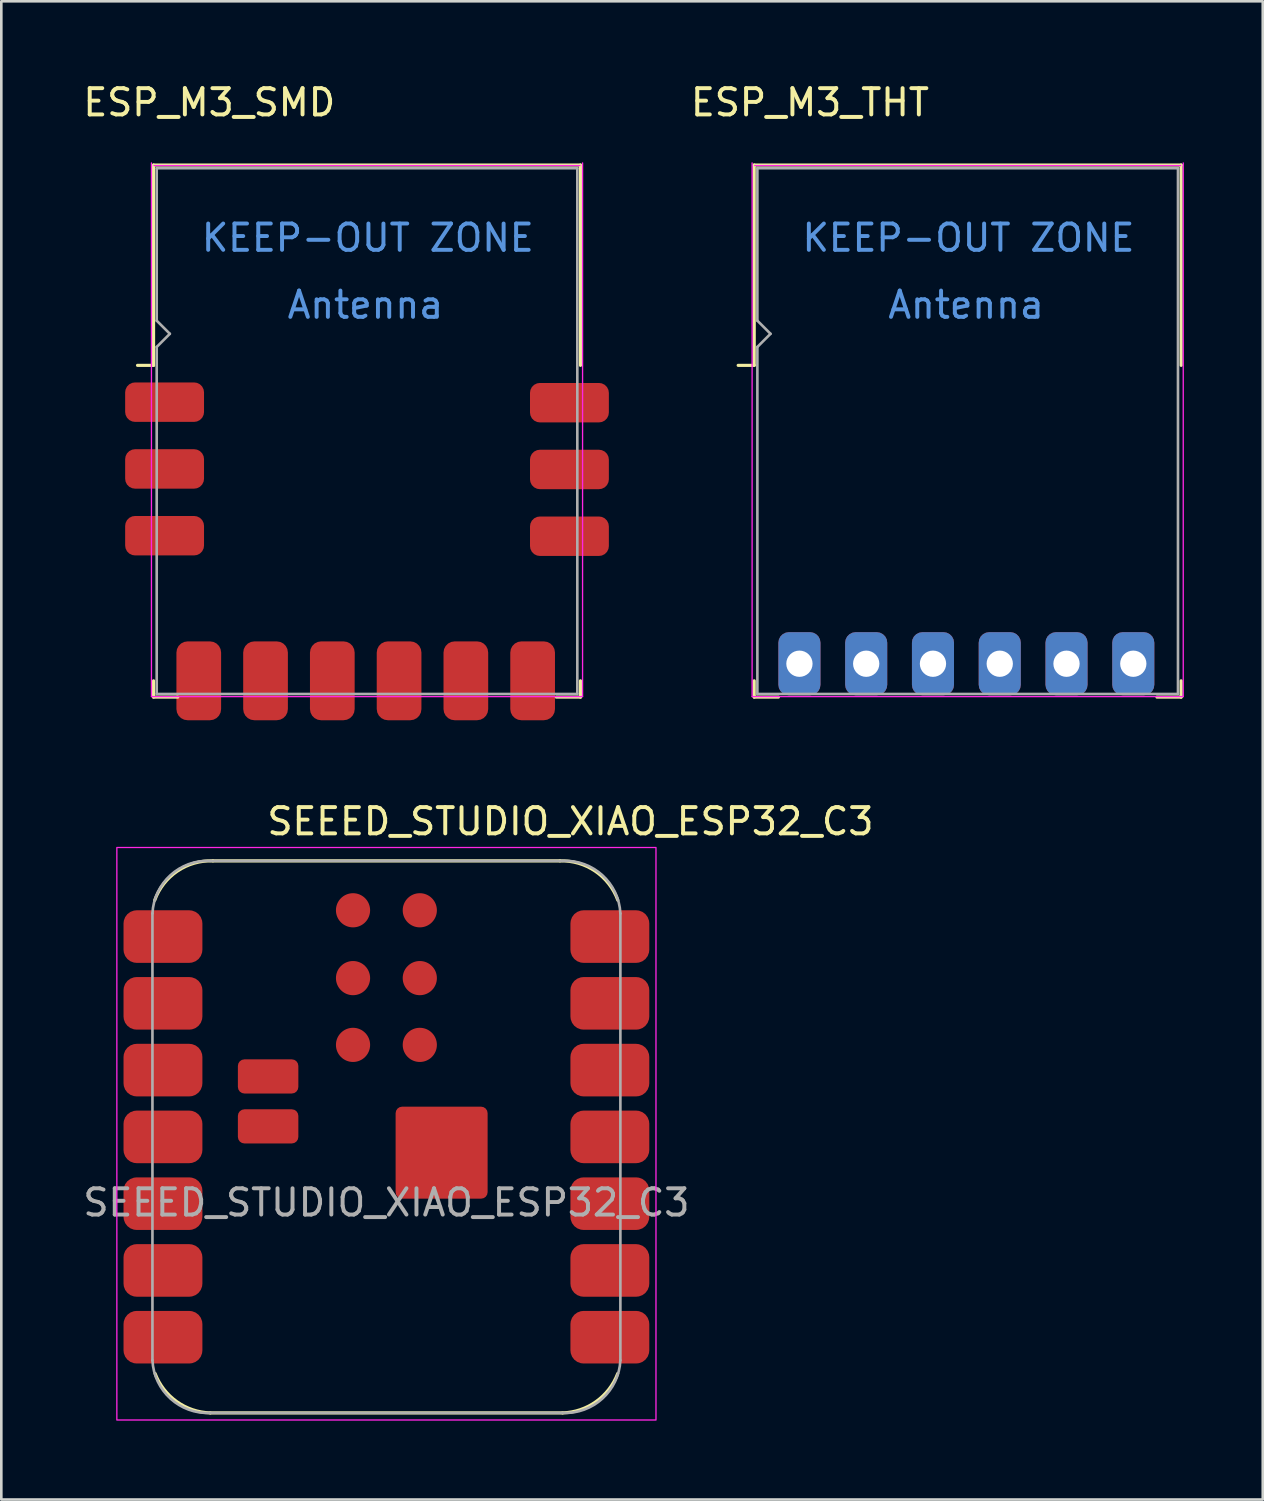
<source format=kicad_pcb>
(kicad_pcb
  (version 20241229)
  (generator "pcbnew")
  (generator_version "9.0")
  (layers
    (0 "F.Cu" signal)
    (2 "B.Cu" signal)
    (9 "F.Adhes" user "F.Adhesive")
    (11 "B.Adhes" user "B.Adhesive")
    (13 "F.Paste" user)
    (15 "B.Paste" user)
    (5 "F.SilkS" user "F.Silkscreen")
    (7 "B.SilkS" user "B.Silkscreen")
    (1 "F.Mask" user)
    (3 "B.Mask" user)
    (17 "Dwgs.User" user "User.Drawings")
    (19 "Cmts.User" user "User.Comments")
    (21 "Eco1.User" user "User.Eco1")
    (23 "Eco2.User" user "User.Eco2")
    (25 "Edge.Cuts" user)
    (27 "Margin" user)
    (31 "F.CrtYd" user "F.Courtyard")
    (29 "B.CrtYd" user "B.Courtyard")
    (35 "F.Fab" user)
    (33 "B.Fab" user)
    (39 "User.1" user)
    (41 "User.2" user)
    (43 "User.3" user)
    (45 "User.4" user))
  (footprint "SEEED_STUDIO_XIAO_ESP32_C3"
    (layer "F.Cu")
    (at 11.649 40.197)
    (property "Reference" "SEEED_STUDIO_XIAO_ESP32_C3" (at 7 -12 0) (unlocked yes) (layer "F.SilkS") (effects (font (size 1 1) (thickness 0.15))))
    (attr smd)
    (fp_line (start -6.7 10.5) (end 6.7 10.5) (stroke (width 0.12) (type default)) (layer "F.SilkS"))
    (fp_line (start -6.6 -10.5) (end 6.6 -10.5) (stroke (width 0.12) (type default)) (layer "F.SilkS"))
    (fp_arc (start -8.812892 -9.00468) (mid -7.949609 -10.111769) (end -6.600468 -10.499999) (stroke (width 0.12) (type default)) (layer "F.SilkS"))
    (fp_arc (start -6.7 10.5) (mid -7.977232 10.068125) (end -8.8 9) (stroke (width 0.12) (type default)) (layer "F.SilkS"))
    (fp_arc (start 6.6 -10.499999) (mid 7.944325 -10.107116) (end 8.804034 -9.001464) (stroke (width 0.12) (type default)) (layer "F.SilkS"))
    (fp_arc (start 8.8 9) (mid 7.977232 10.068125) (end 6.7 10.5) (stroke (width 0.12) (type default)) (layer "F.SilkS"))
    (fp_rect (start -10.254 -11.008) (end 10.254 10.77) (stroke (width 0.05) (type solid)) (fill no) (layer "F.CrtYd"))
    (fp_line (start -8.9 8.5) (end -8.9 -8.5) (stroke (width 0.1) (type default)) (layer "F.Fab"))
    (fp_line (start 6.7 10.5) (end -6.7 10.5) (stroke (width 0.1) (type default)) (layer "F.Fab"))
    (fp_line (start 6.7 -10.5) (end -6.7 -10.5) (stroke (width 0.1) (type default)) (layer "F.Fab"))
    (fp_line (start 8.9 -8.5) (end 8.9 8.5) (stroke (width 0.1) (type default)) (layer "F.Fab"))
    (fp_arc (start -8.9 -8.5) (mid -8.214214 -9.955635) (end -6.7 -10.5) (stroke (width 0.1) (type default)) (layer "F.Fab"))
    (fp_arc (start -6.7 10.5) (mid -8.214214 9.955635) (end -8.9 8.5) (stroke (width 0.1) (type default)) (layer "F.Fab"))
    (fp_arc (start 6.7 -10.499999) (mid 8.214695 -9.954472) (end 8.9 -8.497676) (stroke (width 0.1) (type default)) (layer "F.Fab"))
    (fp_arc (start 8.9 8.5) (mid 8.214214 9.955635) (end 6.7 10.5) (stroke (width 0.1) (type default)) (layer "F.Fab"))
    (fp_text user "${REFERENCE}" (at 0 2.5 0) (unlocked yes) (layer "F.Fab") (effects (font (size 1 1) (thickness 0.15))))
    (pad "" smd roundrect (at 1.1 -0.4) (size 1.5 1.5) (property pad_prop_heatsink) (layers "F.Paste") (roundrect_rratio 0.167))
    (pad "" smd roundrect (at 1.1 1.6) (size 1.5 1.5) (property pad_prop_heatsink) (layers "F.Paste") (roundrect_rratio 0.167))
    (pad "" smd roundrect (at 3.1 -0.4) (size 1.5 1.5) (property pad_prop_heatsink) (layers "F.Paste") (roundrect_rratio 0.167))
    (pad "" smd roundrect (at 3.1 1.6) (size 1.5 1.5) (property pad_prop_heatsink) (layers "F.Paste") (roundrect_rratio 0.167))
    (pad "1" smd roundrect (at -8.5 -7.62) (size 3 2) (layers "F.Cu" "F.Mask" "F.Paste") (roundrect_rratio 0.25))
    (pad "2" smd roundrect (at -8.5 -5.08) (size 3 2) (layers "F.Cu" "F.Mask" "F.Paste") (roundrect_rratio 0.25))
    (pad "3" smd roundrect (at -8.5 -2.54) (size 3 2) (layers "F.Cu" "F.Mask" "F.Paste") (roundrect_rratio 0.25))
    (pad "4" smd roundrect (at -8.5 0) (size 3 2) (layers "F.Cu" "F.Mask" "F.Paste") (roundrect_rratio 0.25))
    (pad "5" smd roundrect (at -8.5 2.54) (size 3 2) (layers "F.Cu" "F.Mask" "F.Paste") (roundrect_rratio 0.25))
    (pad "6" smd roundrect (at -8.5 5.08) (size 3 2) (layers "F.Cu" "F.Mask" "F.Paste") (roundrect_rratio 0.25))
    (pad "7" smd roundrect (at -8.5 7.62) (size 3 2) (layers "F.Cu" "F.Mask" "F.Paste") (roundrect_rratio 0.25))
    (pad "8" smd roundrect (at 8.5 7.62) (size 3 2) (layers "F.Cu" "F.Mask" "F.Paste") (roundrect_rratio 0.25))
    (pad "9" smd roundrect (at 8.5 5.08) (size 3 2) (layers "F.Cu" "F.Mask" "F.Paste") (roundrect_rratio 0.25))
    (pad "10" smd roundrect (at 8.5 2.54) (size 3 2) (layers "F.Cu" "F.Mask" "F.Paste") (roundrect_rratio 0.25))
    (pad "11" smd roundrect (at 8.5 0) (size 3 2) (layers "F.Cu" "F.Mask" "F.Paste") (roundrect_rratio 0.25))
    (pad "12" smd roundrect (at 8.5 -2.54) (size 3 2) (layers "F.Cu" "F.Mask" "F.Paste") (roundrect_rratio 0.25))
    (pad "13" smd roundrect (at 8.5 -5.08) (size 3 2) (layers "F.Cu" "F.Mask" "F.Paste") (roundrect_rratio 0.25))
    (pad "14" smd roundrect (at 8.5 -7.62) (size 3 2) (layers "F.Cu" "F.Mask" "F.Paste") (roundrect_rratio 0.25))
    (pad "15" smd roundrect (at 2.1 0.6) (size 3.5 3.5) (property pad_prop_heatsink) (layers "F.Cu" "F.Mask") (roundrect_rratio 0.071))
    (pad "16" smd roundrect (at -4.5 -0.4) (size 2.3 1.3) (layers "F.Cu" "F.Mask" "F.Paste") (roundrect_rratio 0.192))
    (pad "17" smd roundrect (at -4.5 -2.3) (size 2.3 1.3) (layers "F.Cu" "F.Mask" "F.Paste") (roundrect_rratio 0.192))
    (pad "18" smd circle (at -1.27 -8.62) (size 1.3 1.3) (layers "F.Cu" "F.Mask" "F.Paste"))
    (pad "19" smd circle (at -1.27 -6.04) (size 1.3 1.3) (layers "F.Cu" "F.Mask" "F.Paste"))
    (pad "20" smd circle (at -1.27 -3.5) (size 1.3 1.3) (layers "F.Cu" "F.Mask" "F.Paste"))
    (pad "21" smd circle (at 1.27 -3.5) (size 1.3 1.3) (layers "F.Cu" "F.Mask" "F.Paste"))
    (pad "22" smd circle (at 1.27 -6.04) (size 1.3 1.3) (layers "F.Cu" "F.Mask" "F.Paste"))
    (pad "23" smd circle (at 1.27 -8.62) (size 1.3 1.3) (layers "F.Cu" "F.Mask" "F.Paste")))
  (footprint "ESP_M3_SMD"
    (layer "F.Cu")
    (at 10.911 23.348)
    (property "Reference" "ESP_M3_SMD" (at -6 -22.5 0) (layer "F.SilkS") (effects (font (size 1 1) (thickness 0.15))))
    (attr smd)
    (fp_line (start -8.12 -20.12) (end 8.12 -20.12) (stroke (width 0.12) (type solid)) (layer "F.SilkS"))
    (fp_line (start -8.12 -12.5) (end -8.73 -12.5) (stroke (width 0.12) (type solid)) (layer "F.SilkS"))
    (fp_line (start -8.12 -12.5) (end -8.12 -20.12) (stroke (width 0.12) (type solid)) (layer "F.SilkS"))
    (fp_line (start -8.12 0.12) (end -8.12 -0.5) (stroke (width 0.12) (type solid)) (layer "F.SilkS"))
    (fp_line (start -7.2 0.12) (end -8.12 0.12) (stroke (width 0.12) (type solid)) (layer "F.SilkS"))
    (fp_line (start 8.12 -20.12) (end 8.12 -12.5) (stroke (width 0.12) (type solid)) (layer "F.SilkS"))
    (fp_line (start 8.12 -0.5) (end 8.12 0.12) (stroke (width 0.12) (type solid)) (layer "F.SilkS"))
    (fp_line (start 8.12 0.12) (end 7.2 0.12) (stroke (width 0.12) (type solid)) (layer "F.SilkS"))
    (fp_line (start -8.2 -20.2) (end 8.2 -20.2) (stroke (width 0.05) (type default)) (layer "Margin"))
    (fp_line (start -8.2 0.1) (end -8.2 -20.2) (stroke (width 0.05) (type solid)) (layer "F.CrtYd"))
    (fp_line (start -8.1 -20.1) (end 8.1 -20.1) (stroke (width 0.05) (type solid)) (layer "F.CrtYd"))
    (fp_line (start 8.2 -20.2) (end 8.2 0.1) (stroke (width 0.05) (type solid)) (layer "F.CrtYd"))
    (fp_line (start 8.2 0.1) (end -8.2 0.1) (stroke (width 0.05) (type solid)) (layer "F.CrtYd"))
    (fp_line (start -8 -20) (end 8 -20) (stroke (width 0.1) (type solid)) (layer "F.Fab"))
    (fp_line (start -8 -14.2) (end -8 -20) (stroke (width 0.1) (type solid)) (layer "F.Fab"))
    (fp_line (start -8 -13.2) (end -7.5 -13.7) (stroke (width 0.1) (type solid)) (layer "F.Fab"))
    (fp_line (start -8 0) (end -8 -13.2) (stroke (width 0.1) (type solid)) (layer "F.Fab"))
    (fp_line (start -7.5 -13.7) (end -8 -14.2) (stroke (width 0.1) (type solid)) (layer "F.Fab"))
    (fp_line (start 8 -20) (end 8 0) (stroke (width 0.1) (type solid)) (layer "F.Fab"))
    (fp_line (start 8 0) (end -8 0) (stroke (width 0.1) (type solid)) (layer "F.Fab"))
    (fp_text user "Antenna" (at -0.06 -14.8 180) (layer "Cmts.User") (effects (font (size 1 1) (thickness 0.15))))
    (fp_text user "KEEP-OUT ZONE" (at 0.03 -17.35 180) (layer "Cmts.User") (effects (font (size 1 1) (thickness 0.15))))
    (pad "1" smd roundrect (at -7.7 -11.1) (size 3 1.5) (layers "F.Cu" "F.Mask" "F.Paste") (roundrect_rratio 0.25))
    (pad "2" smd roundrect (at -7.7 -8.56) (size 3 1.5) (layers "F.Cu" "F.Mask" "F.Paste") (roundrect_rratio 0.25))
    (pad "3" smd roundrect (at -7.7 -6.02) (size 3 1.5) (layers "F.Cu" "F.Mask" "F.Paste") (roundrect_rratio 0.25))
    (pad "4" smd roundrect (at -6.4 -0.5 90) (size 3 1.7) (layers "F.Cu" "F.Mask" "F.Paste") (roundrect_rratio 0.25))
    (pad "5" smd roundrect (at -3.86 -0.5 90) (size 3 1.7) (layers "F.Cu" "F.Mask" "F.Paste") (roundrect_rratio 0.25))
    (pad "6" smd roundrect (at -1.32 -0.5) (size 1.7 3) (layers "F.Cu" "F.Mask" "F.Paste") (roundrect_rratio 0.25))
    (pad "7" smd roundrect (at 1.22 -0.5) (size 1.7 3) (layers "F.Cu" "F.Mask" "F.Paste") (roundrect_rratio 0.25))
    (pad "8" smd roundrect (at 3.76 -0.5) (size 1.7 3) (layers "F.Cu" "F.Mask" "F.Paste") (roundrect_rratio 0.25))
    (pad "9" smd roundrect (at 6.3 -0.5) (size 1.7 3) (layers "F.Cu" "F.Mask" "F.Paste") (roundrect_rratio 0.25))
    (pad "10" smd roundrect (at 7.7 -6) (size 3 1.5) (layers "F.Cu" "F.Mask" "F.Paste") (roundrect_rratio 0.25))
    (pad "11" smd roundrect (at 7.7 -8.54) (size 3 1.5) (layers "F.Cu" "F.Mask" "F.Paste") (roundrect_rratio 0.25))
    (pad "12" smd roundrect (at 7.7 -11.08) (size 3 1.5) (layers "F.Cu" "F.Mask" "F.Paste") (roundrect_rratio 0.25))
    (zone (net_name "") (layers "F.Cu" "B.Cu") (hatch full 0.508) (connect_pads) (min_thickness 0.254) (filled_areas_thickness no) (keepout (tracks not_allowed) (vias not_allowed) (pads not_allowed) (copperpour not_allowed) (footprints not_allowed)) (placement (enabled no)) (fill) (polygon (pts (xy 2.991 10.748) (xy 18.811 10.748) (xy 18.811 3.428) (xy 2.991 3.428)))))
  (footprint "ESP_M3_THT"
    (layer "F.Cu")
    (at 33.76 23.348)
    (property "Reference" "ESP_M3_THT" (at -6 -22.5 0) (layer "F.SilkS") (effects (font (size 1 1) (thickness 0.15))))
    (attr through_hole)
    (fp_line (start -8.12 -20.12) (end 8.12 -20.12) (stroke (width 0.12) (type solid)) (layer "F.SilkS"))
    (fp_line (start -8.12 -12.5) (end -8.73 -12.5) (stroke (width 0.12) (type solid)) (layer "F.SilkS"))
    (fp_line (start -8.12 -12.5) (end -8.12 -20.12) (stroke (width 0.12) (type solid)) (layer "F.SilkS"))
    (fp_line (start -8.12 0.12) (end -8.12 -0.5) (stroke (width 0.12) (type solid)) (layer "F.SilkS"))
    (fp_line (start -7.2 0.12) (end -8.12 0.12) (stroke (width 0.12) (type solid)) (layer "F.SilkS"))
    (fp_line (start 8.12 -20.12) (end 8.12 -12.5) (stroke (width 0.12) (type solid)) (layer "F.SilkS"))
    (fp_line (start 8.12 -0.5) (end 8.12 0.12) (stroke (width 0.12) (type solid)) (layer "F.SilkS"))
    (fp_line (start 8.12 0.12) (end 7.2 0.12) (stroke (width 0.12) (type solid)) (layer "F.SilkS"))
    (fp_line (start -8.2 -20.2) (end 8.2 -20.2) (stroke (width 0.05) (type default)) (layer "Margin"))
    (fp_line (start -8.2 0.1) (end -8.2 -20.2) (stroke (width 0.05) (type solid)) (layer "F.CrtYd"))
    (fp_line (start -8.1 -20.1) (end 8.1 -20.1) (stroke (width 0.05) (type solid)) (layer "F.CrtYd"))
    (fp_line (start 8.2 -20.2) (end 8.2 0.1) (stroke (width 0.05) (type solid)) (layer "F.CrtYd"))
    (fp_line (start 8.2 0.1) (end -8.2 0.1) (stroke (width 0.05) (type solid)) (layer "F.CrtYd"))
    (fp_line (start -8 -20) (end 8 -20) (stroke (width 0.1) (type solid)) (layer "F.Fab"))
    (fp_line (start -8 -14.2) (end -8 -20) (stroke (width 0.1) (type solid)) (layer "F.Fab"))
    (fp_line (start -8 -13.2) (end -7.5 -13.7) (stroke (width 0.1) (type solid)) (layer "F.Fab"))
    (fp_line (start -8 0) (end -8 -13.2) (stroke (width 0.1) (type solid)) (layer "F.Fab"))
    (fp_line (start -7.5 -13.7) (end -8 -14.2) (stroke (width 0.1) (type solid)) (layer "F.Fab"))
    (fp_line (start 8 -20) (end 8 0) (stroke (width 0.1) (type solid)) (layer "F.Fab"))
    (fp_line (start 8 0) (end -8 0) (stroke (width 0.1) (type solid)) (layer "F.Fab"))
    (fp_text user "Antenna" (at -0.06 -14.8 180) (layer "Cmts.User") (effects (font (size 1 1) (thickness 0.15))))
    (fp_text user "KEEP-OUT ZONE" (at 0.03 -17.35 180) (layer "Cmts.User") (effects (font (size 1 1) (thickness 0.15))))
    (pad "4" thru_hole roundrect (at -6.4 -1.15) (size 1.6 2.4) (drill 1) (layers "*.Cu" "*.Mask") (roundrect_rratio 0.25))
    (pad "5" thru_hole roundrect (at -3.86 -1.15) (size 1.6 2.4) (drill 1) (layers "*.Cu" "*.Mask") (roundrect_rratio 0.25))
    (pad "6" thru_hole roundrect (at -1.32 -1.15) (size 1.6 2.4) (drill 1) (layers "*.Cu" "*.Mask") (roundrect_rratio 0.25))
    (pad "7" thru_hole roundrect (at 1.22 -1.15) (size 1.6 2.4) (drill 1) (layers "*.Cu" "*.Mask") (roundrect_rratio 0.25))
    (pad "8" thru_hole roundrect (at 3.76 -1.15) (size 1.6 2.4) (drill 1) (layers "*.Cu" "*.Mask") (roundrect_rratio 0.25))
    (pad "9" thru_hole roundrect (at 6.3 -1.15) (size 1.6 2.4) (drill 1) (layers "*.Cu" "*.Mask") (roundrect_rratio 0.25))
    (zone (net_name "") (layers "F.Cu" "B.Cu") (hatch full 0.508) (connect_pads) (min_thickness 0.254) (filled_areas_thickness no) (keepout (tracks not_allowed) (vias not_allowed) (pads not_allowed) (copperpour not_allowed) (footprints not_allowed)) (placement (enabled no)) (fill) (polygon (pts (xy 25.84 10.748) (xy 41.66 10.748) (xy 41.66 3.428) (xy 25.84 3.428)))))
  (gr_rect
    (start -3 -3)
    (end 44.985 53.992)
    (stroke (width 0.1) (type default))
    (fill no)
    (layer "Edge.Cuts")))
</source>
